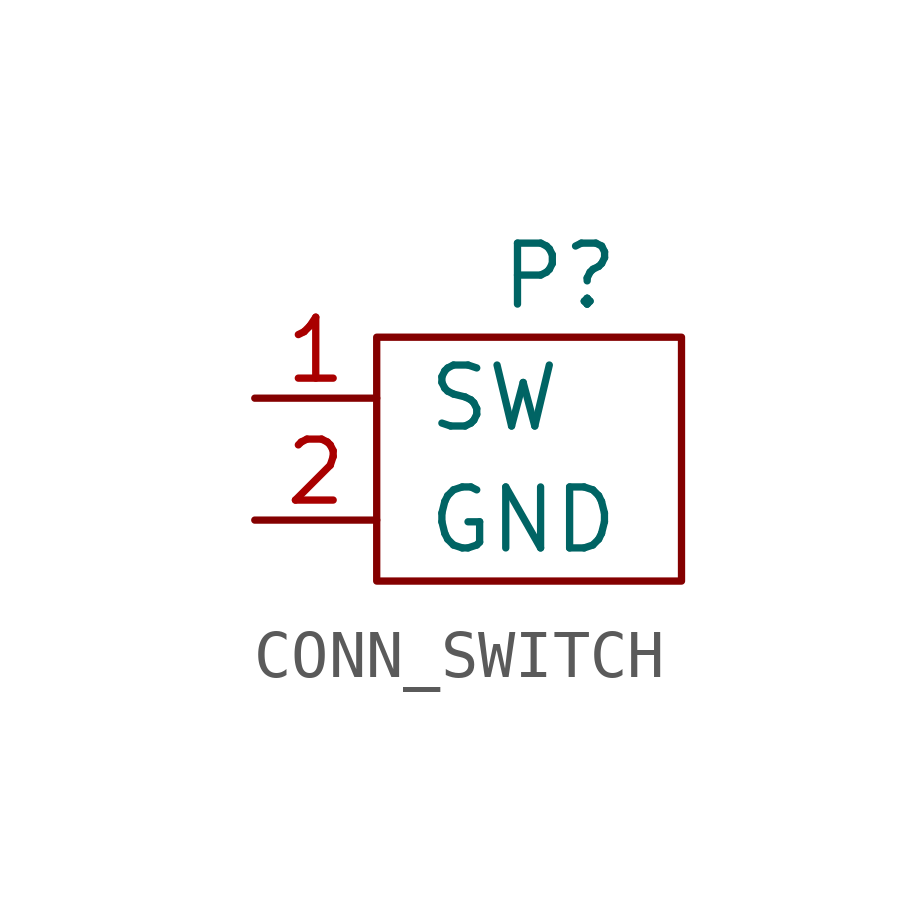
<source format=kicad_sym>
(kicad_symbol_lib
  (version 20211014)
  (generator kicad_symbol_editor)
  (symbol "CONN_SWITCH"
    (pin_names
      (offset 1.016))
    (property "Reference" "P"
      (at 0 3.81 0)
      (effects (font (size 1.27 1.27))))
    (symbol "CONN_SWITCH_0_1"
      (rectangle (start -3.81 2.54) (end 2.54 -2.54) (stroke (width 0) (type default) (color 0 0 0 0)) (fill (type none))))
    (symbol "CONN_SWITCH_1_1"
      (pin output line (at -6.35 1.27 0) (length 2.54) (name "SW" (effects (font (size 1.27 1.27)))) (number "1" (effects (font (size 1.27 1.27)))))
      (pin power_in line (at -6.35 -1.27 0) (length 2.54) (name "GND" (effects (font (size 1.27 1.27)))) (number "2" (effects (font (size 1.27 1.27))))))))
</source>
